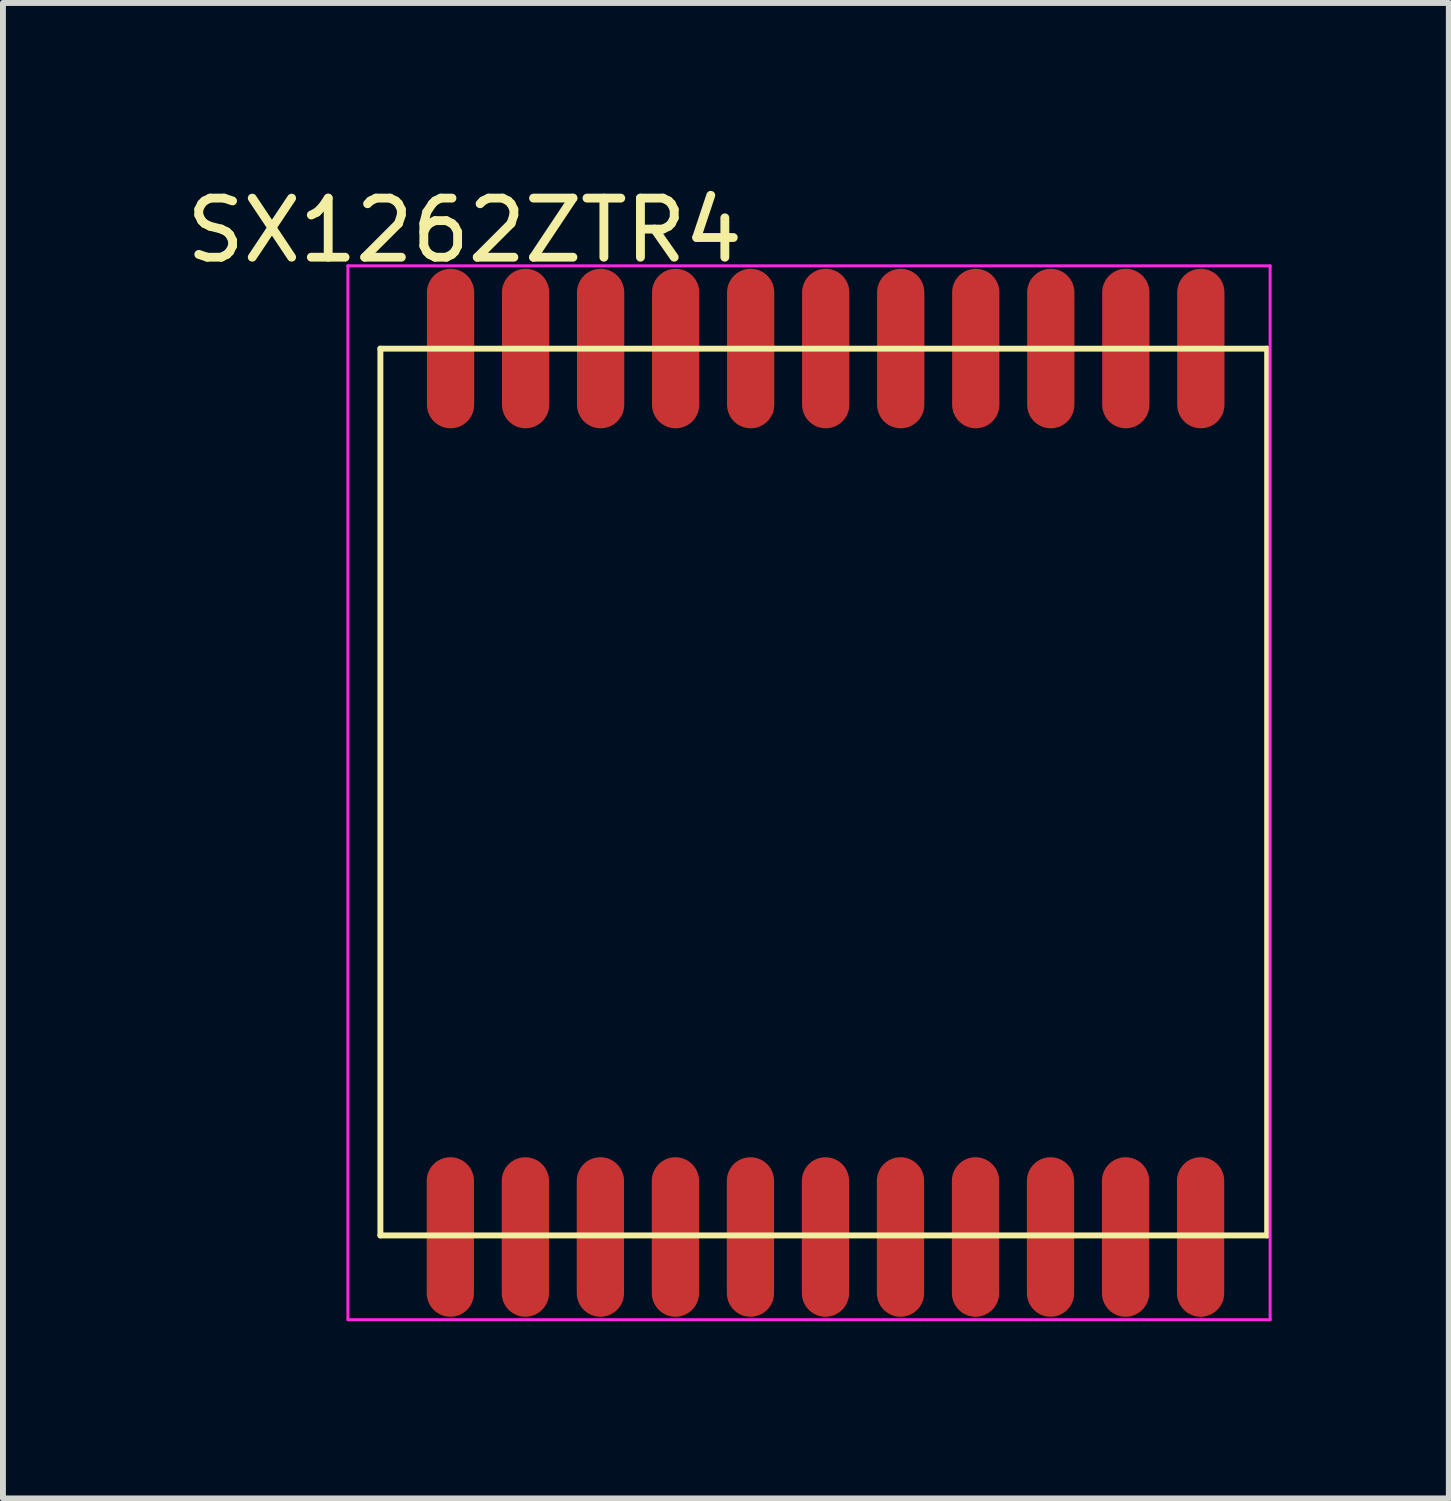
<source format=kicad_pcb>
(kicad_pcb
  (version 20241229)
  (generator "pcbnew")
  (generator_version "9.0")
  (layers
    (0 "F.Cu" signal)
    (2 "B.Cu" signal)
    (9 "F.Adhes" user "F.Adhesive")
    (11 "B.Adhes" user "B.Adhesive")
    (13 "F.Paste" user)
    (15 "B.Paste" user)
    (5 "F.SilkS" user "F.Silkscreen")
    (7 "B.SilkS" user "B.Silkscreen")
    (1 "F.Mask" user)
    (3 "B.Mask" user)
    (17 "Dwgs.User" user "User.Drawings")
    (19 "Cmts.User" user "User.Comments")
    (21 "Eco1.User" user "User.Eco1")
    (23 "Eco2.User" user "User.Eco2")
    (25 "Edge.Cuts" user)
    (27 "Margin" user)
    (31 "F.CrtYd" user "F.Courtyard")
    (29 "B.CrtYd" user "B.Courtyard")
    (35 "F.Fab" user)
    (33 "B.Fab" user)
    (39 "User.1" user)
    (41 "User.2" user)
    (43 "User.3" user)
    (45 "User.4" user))
  (footprint "SX1262ZTR4"
    (layer "F.Cu")
    (at 3.389 2.852)
    (property "Reference" "SX1262ZTR4" (at 1.426 -2.003 0) (layer "F.SilkS") (effects (font (size 1 1) (thickness 0.15))))
    (attr through_hole)
    (fp_line (start 0 0) (end 15.011 0) (stroke (width 0.1) (type solid)) (layer "F.SilkS"))
    (fp_line (start 0 15.011) (end 0 0) (stroke (width 0.1) (type solid)) (layer "F.SilkS"))
    (fp_line (start 0 15.011) (end 15.011 15.011) (stroke (width 0.1) (type solid)) (layer "F.SilkS"))
    (fp_line (start 15.011 15.011) (end 15.011 0) (stroke (width 0.1) (type solid)) (layer "F.SilkS"))
    (fp_line (start -0.55 -1.402) (end 15.061 -1.402) (stroke (width 0.05) (type solid)) (layer "F.CrtYd"))
    (fp_line (start -0.55 16.437) (end -0.55 -1.402) (stroke (width 0.05) (type solid)) (layer "F.CrtYd"))
    (fp_line (start 15.061 -1.402) (end 15.061 16.437) (stroke (width 0.05) (type solid)) (layer "F.CrtYd"))
    (fp_line (start 15.061 16.437) (end -0.55 16.437) (stroke (width 0.05) (type solid)) (layer "F.CrtYd"))
    (pad "1" smd oval (at 1.184 15.037 180) (size 0.8 2.7) (layers "F.Cu" "F.Mask" "F.Paste"))
    (pad "2" smd oval (at 2.454 15.037 180) (size 0.8 2.7) (layers "F.Cu" "F.Mask" "F.Paste"))
    (pad "3" smd oval (at 3.724 15.037 180) (size 0.8 2.7) (layers "F.Cu" "F.Mask" "F.Paste"))
    (pad "4" smd oval (at 4.994 15.037 180) (size 0.8 2.7) (layers "F.Cu" "F.Mask" "F.Paste"))
    (pad "5" smd oval (at 6.264 15.037 180) (size 0.8 2.7) (layers "F.Cu" "F.Mask" "F.Paste"))
    (pad "6" smd oval (at 7.534 15.037 180) (size 0.8 2.7) (layers "F.Cu" "F.Mask" "F.Paste"))
    (pad "7" smd oval (at 8.804 15.037 180) (size 0.8 2.7) (layers "F.Cu" "F.Mask" "F.Paste"))
    (pad "8" smd oval (at 10.074 15.037 180) (size 0.8 2.7) (layers "F.Cu" "F.Mask" "F.Paste"))
    (pad "9" smd oval (at 11.344 15.037 180) (size 0.8 2.7) (layers "F.Cu" "F.Mask" "F.Paste"))
    (pad "10" smd oval (at 12.614 15.037 180) (size 0.8 2.7) (layers "F.Cu" "F.Mask" "F.Paste"))
    (pad "11" smd oval (at 13.884 15.037 180) (size 0.8 2.7) (layers "F.Cu" "F.Mask" "F.Paste"))
    (pad "12" smd oval (at 13.888 -0.002) (size 0.8 2.7) (layers "F.Cu" "F.Mask" "F.Paste"))
    (pad "13" smd oval (at 12.618 -0.002) (size 0.8 2.7) (layers "F.Cu" "F.Mask" "F.Paste"))
    (pad "14" smd oval (at 11.348 -0.002) (size 0.8 2.7) (layers "F.Cu" "F.Mask" "F.Paste"))
    (pad "15" smd oval (at 10.078 -0.002) (size 0.8 2.7) (layers "F.Cu" "F.Mask" "F.Paste"))
    (pad "16" smd oval (at 8.808 -0.002) (size 0.8 2.7) (layers "F.Cu" "F.Mask" "F.Paste"))
    (pad "17" smd oval (at 7.538 -0.002) (size 0.8 2.7) (layers "F.Cu" "F.Mask" "F.Paste"))
    (pad "18" smd oval (at 6.268 -0.002) (size 0.8 2.7) (layers "F.Cu" "F.Mask" "F.Paste"))
    (pad "19" smd oval (at 4.998 -0.002) (size 0.8 2.7) (layers "F.Cu" "F.Mask" "F.Paste"))
    (pad "20" smd oval (at 3.728 -0.002) (size 0.8 2.7) (layers "F.Cu" "F.Mask" "F.Paste"))
    (pad "21" smd oval (at 2.458 -0.002) (size 0.8 2.7) (layers "F.Cu" "F.Mask" "F.Paste"))
    (pad "22" smd oval (at 1.188 -0.002) (size 0.8 2.7) (layers "F.Cu" "F.Mask" "F.Paste")))
  (gr_rect
    (start -3 -3)
    (end 21.475 22.314)
    (stroke (width 0.1) (type default))
    (fill no)
    (layer "Edge.Cuts")))
</source>
